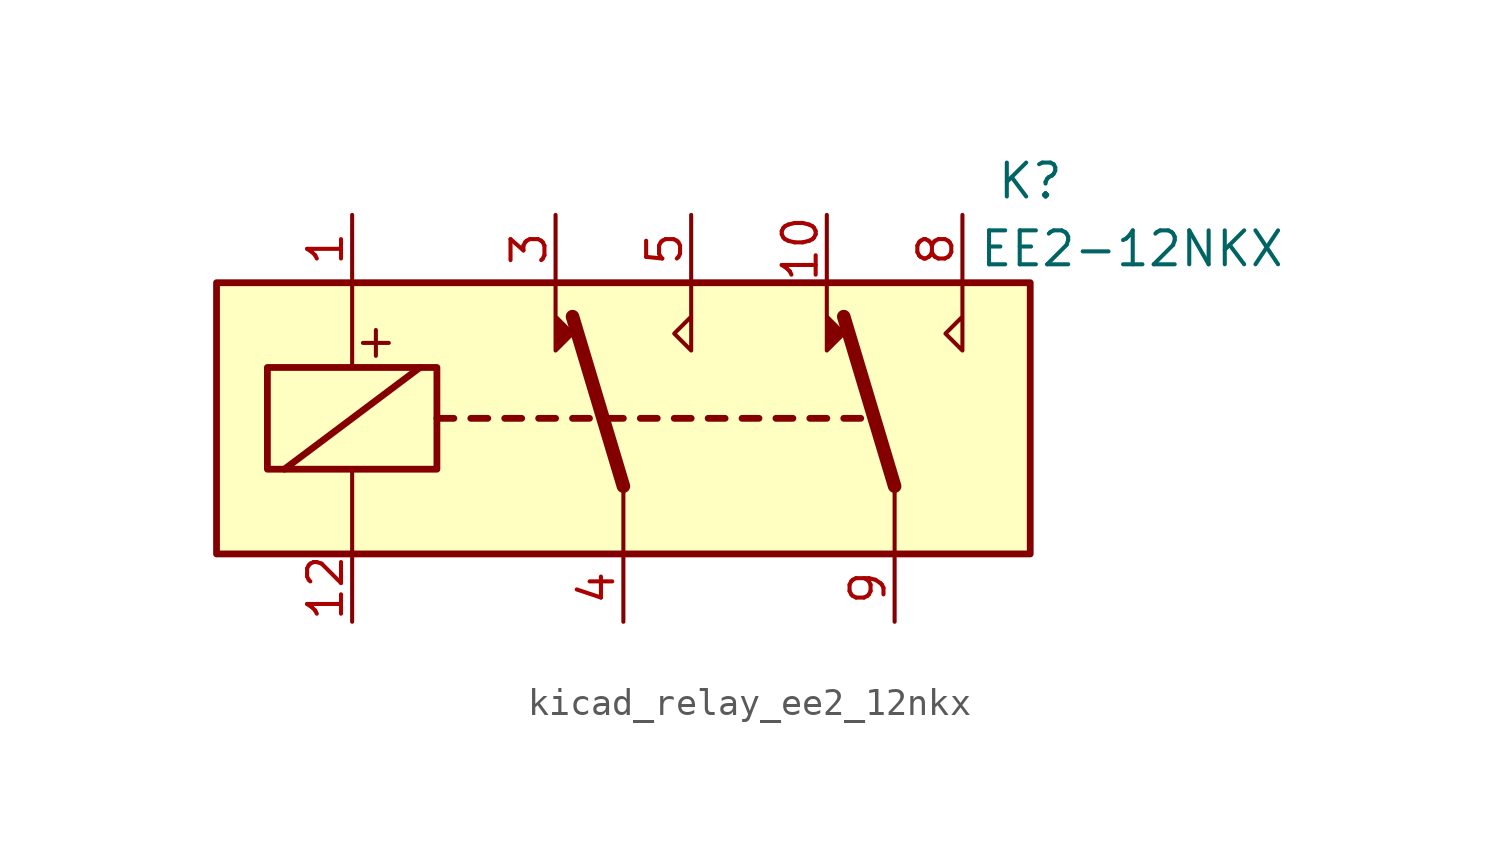
<source format=kicad_sym>
(kicad_symbol_lib
  (version 20220914)
  (generator kicad_symbol_editor)
  (symbol "kicad_relay_ee2_12nkx"
    (property "Reference" "K"
      (at 15.24 8.89 0)
      (effects (font (size 1.27 1.27))))
    (property "Value" "EE2-12NKX"
      (at 19.05 6.35 0)
      (effects (font (size 1.27 1.27))))
    (symbol "kicad_relay_ee2_12nkx_1_1"
      (rectangle (start -15.24 5.08) (end 15.24 -5.08) (stroke (width 0.254) (type default)) (fill (type background)))
      (rectangle (start -13.335 1.905) (end -6.985 -1.905) (stroke (width 0.254) (type default)) (fill (type none)))
      (polyline (pts (xy -12.7 -1.905) (xy -7.62 1.905)) (stroke (width 0.254) (type default)) (fill (type none)))
      (polyline (pts (xy -10.16 -5.08) (xy -10.16 -1.905)) (stroke (width 0) (type default)) (fill (type none)))
      (polyline (pts (xy -10.16 5.08) (xy -10.16 1.905)) (stroke (width 0) (type default)) (fill (type none)))
      (polyline (pts (xy -6.985 0) (xy -6.35 0)) (stroke (width 0.254) (type default)) (fill (type none)))
      (polyline (pts (xy -5.715 0) (xy -5.08 0)) (stroke (width 0.254) (type default)) (fill (type none)))
      (polyline (pts (xy -4.445 0) (xy -3.81 0)) (stroke (width 0.254) (type default)) (fill (type none)))
      (polyline (pts (xy -3.175 0) (xy -2.54 0)) (stroke (width 0.254) (type default)) (fill (type none)))
      (polyline (pts (xy -1.905 0) (xy -1.27 0)) (stroke (width 0.254) (type default)) (fill (type none)))
      (polyline (pts (xy -0.635 0) (xy 0 0)) (stroke (width 0.254) (type default)) (fill (type none)))
      (polyline (pts (xy 0 -2.54) (xy -1.905 3.81)) (stroke (width 0.508) (type default)) (fill (type none)))
      (polyline (pts (xy 0 -2.54) (xy 0 -5.08)) (stroke (width 0) (type default)) (fill (type none)))
      (polyline (pts (xy 0.635 0) (xy 1.27 0)) (stroke (width 0.254) (type default)) (fill (type none)))
      (polyline (pts (xy 1.905 0) (xy 2.54 0)) (stroke (width 0.254) (type default)) (fill (type none)))
      (polyline (pts (xy 3.175 0) (xy 3.81 0)) (stroke (width 0.254) (type default)) (fill (type none)))
      (polyline (pts (xy 4.445 0) (xy 5.08 0)) (stroke (width 0.254) (type default)) (fill (type none)))
      (polyline (pts (xy 5.715 0) (xy 6.35 0)) (stroke (width 0.254) (type default)) (fill (type none)))
      (polyline (pts (xy 6.985 0) (xy 7.62 0)) (stroke (width 0.254) (type default)) (fill (type none)))
      (polyline (pts (xy 8.255 0) (xy 8.89 0)) (stroke (width 0.254) (type default)) (fill (type none)))
      (polyline (pts (xy 10.16 -2.54) (xy 8.255 3.81)) (stroke (width 0.508) (type default)) (fill (type none)))
      (polyline (pts (xy 10.16 -2.54) (xy 10.16 -5.08)) (stroke (width 0) (type default)) (fill (type none)))
      (polyline (pts (xy -2.54 5.08) (xy -2.54 2.54) (xy -1.905 3.175) (xy -2.54 3.81)) (stroke (width 0) (type default)) (fill (type outline)))
      (polyline (pts (xy 2.54 5.08) (xy 2.54 2.54) (xy 1.905 3.175) (xy 2.54 3.81)) (stroke (width 0) (type default)) (fill (type none)))
      (polyline (pts (xy 7.62 5.08) (xy 7.62 2.54) (xy 8.255 3.175) (xy 7.62 3.81)) (stroke (width 0) (type default)) (fill (type outline)))
      (polyline (pts (xy 12.7 5.08) (xy 12.7 2.54) (xy 12.065 3.175) (xy 12.7 3.81)) (stroke (width 0) (type default)) (fill (type none)))
      (text "+" (at -9.271 2.921 0) (effects (font (size 1.27 1.27))))
      (pin passive line (at -10.16 7.62 270) (length 2.54) (name "~" (effects (font (size 1.27 1.27)))) (number "1" (effects (font (size 1.27 1.27)))))
      (pin passive line (at 7.62 7.62 270) (length 2.54) (name "~" (effects (font (size 1.27 1.27)))) (number "10" (effects (font (size 1.27 1.27)))))
      (pin passive line (at -10.16 -7.62 90) (length 2.54) (name "~" (effects (font (size 1.27 1.27)))) (number "12" (effects (font (size 1.27 1.27)))))
      (pin passive line (at -2.54 7.62 270) (length 2.54) (name "~" (effects (font (size 1.27 1.27)))) (number "3" (effects (font (size 1.27 1.27)))))
      (pin passive line (at 0 -7.62 90) (length 2.54) (name "~" (effects (font (size 1.27 1.27)))) (number "4" (effects (font (size 1.27 1.27)))))
      (pin passive line (at 2.54 7.62 270) (length 2.54) (name "~" (effects (font (size 1.27 1.27)))) (number "5" (effects (font (size 1.27 1.27)))))
      (pin passive line (at 12.7 7.62 270) (length 2.54) (name "~" (effects (font (size 1.27 1.27)))) (number "8" (effects (font (size 1.27 1.27)))))
      (pin passive line (at 10.16 -7.62 90) (length 2.54) (name "~" (effects (font (size 1.27 1.27)))) (number "9" (effects (font (size 1.27 1.27))))))))
</source>
